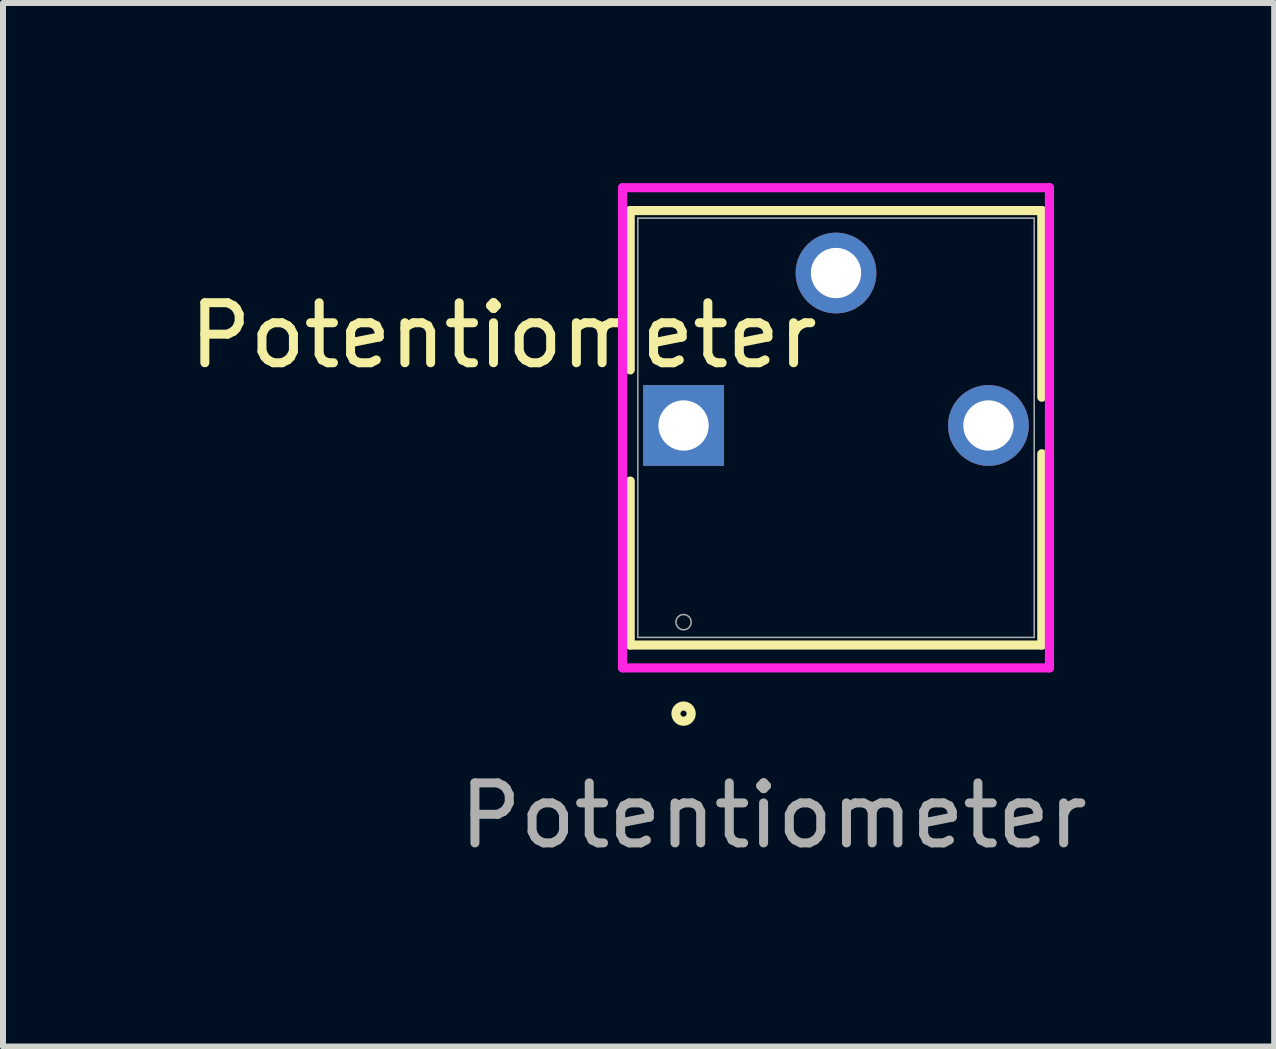
<source format=kicad_pcb>
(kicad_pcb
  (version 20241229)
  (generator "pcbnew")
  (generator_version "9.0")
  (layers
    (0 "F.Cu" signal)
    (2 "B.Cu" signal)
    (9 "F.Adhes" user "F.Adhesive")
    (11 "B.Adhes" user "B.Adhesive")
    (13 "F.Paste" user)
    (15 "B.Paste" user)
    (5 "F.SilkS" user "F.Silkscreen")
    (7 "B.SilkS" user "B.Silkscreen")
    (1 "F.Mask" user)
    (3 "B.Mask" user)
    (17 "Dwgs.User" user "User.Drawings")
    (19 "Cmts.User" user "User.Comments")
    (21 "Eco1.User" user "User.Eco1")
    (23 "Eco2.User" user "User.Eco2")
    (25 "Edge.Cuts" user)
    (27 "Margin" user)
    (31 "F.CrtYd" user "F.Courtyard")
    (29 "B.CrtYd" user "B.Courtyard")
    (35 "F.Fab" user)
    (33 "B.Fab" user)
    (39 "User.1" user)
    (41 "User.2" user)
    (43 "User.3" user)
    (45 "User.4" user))
  (footprint "Potentiometer"
    (layer "F.Cu")
    (at 8.339 4.039)
    (property "Reference" "Potentiometer" (at -3 -1.5 0) (unlocked yes) (layer "F.SilkS") (effects (font (size 1 1) (thickness 0.15))))
    (attr through_hole)
    (fp_line (start -0.889 -3.581) (end -0.889 -0.926) (stroke (width 0.152) (type solid)) (layer "F.SilkS"))
    (fp_line (start -0.889 0.926) (end -0.889 3.658) (stroke (width 0.152) (type solid)) (layer "F.SilkS"))
    (fp_line (start -0.889 3.658) (end 5.969 3.658) (stroke (width 0.152) (type solid)) (layer "F.SilkS"))
    (fp_line (start 5.969 -3.581) (end -0.889 -3.581) (stroke (width 0.152) (type solid)) (layer "F.SilkS"))
    (fp_line (start 5.969 -0.471) (end 5.969 -3.581) (stroke (width 0.152) (type solid)) (layer "F.SilkS"))
    (fp_line (start 5.969 3.658) (end 5.969 0.471) (stroke (width 0.152) (type solid)) (layer "F.SilkS"))
    (fp_circle (center 0 4.801) (end 0.127 4.801) (stroke (width 0.152) (type solid)) (fill no) (layer "F.SilkS"))
    (fp_line (start -1.016 -3.962) (end 6.096 -3.962) (stroke (width 0.152) (type solid)) (layer "F.CrtYd"))
    (fp_line (start -1.016 4.039) (end -1.016 -3.962) (stroke (width 0.152) (type solid)) (layer "F.CrtYd"))
    (fp_line (start 6.096 -3.962) (end 6.096 4.039) (stroke (width 0.152) (type solid)) (layer "F.CrtYd"))
    (fp_line (start 6.096 4.039) (end -1.016 4.039) (stroke (width 0.152) (type solid)) (layer "F.CrtYd"))
    (fp_line (start -0.762 -3.454) (end -0.762 3.531) (stroke (width 0.025) (type solid)) (layer "F.Fab"))
    (fp_line (start -0.762 3.531) (end 5.842 3.531) (stroke (width 0.025) (type solid)) (layer "F.Fab"))
    (fp_line (start 5.842 -3.454) (end -0.762 -3.454) (stroke (width 0.025) (type solid)) (layer "F.Fab"))
    (fp_line (start 5.842 3.531) (end 5.842 -3.454) (stroke (width 0.025) (type solid)) (layer "F.Fab"))
    (fp_circle (center 0 3.277) (end 0.127 3.277) (stroke (width 0.025) (type solid)) (fill no) (layer "F.Fab"))
    (fp_text user "${REFERENCE}" (at 1.5 6.5 0) (unlocked yes) (layer "F.Fab") (effects (font (size 1 1) (thickness 0.15))))
    (pad "1" thru_hole rect (at 0 0) (size 1.346 1.346) (drill 0.838) (layers "*.Cu" "*.Mask"))
    (pad "2" thru_hole circle (at 2.54 -2.54) (size 1.346 1.346) (drill 0.838) (layers "*.Cu" "*.Mask"))
    (pad "3" thru_hole circle (at 5.08 0) (size 1.346 1.346) (drill 0.838) (layers "*.Cu" "*.Mask")))
  (gr_rect
    (start -3 -3)
    (end 18.179 14.387)
    (stroke (width 0.1) (type default))
    (fill no)
    (layer "Edge.Cuts")))
</source>
